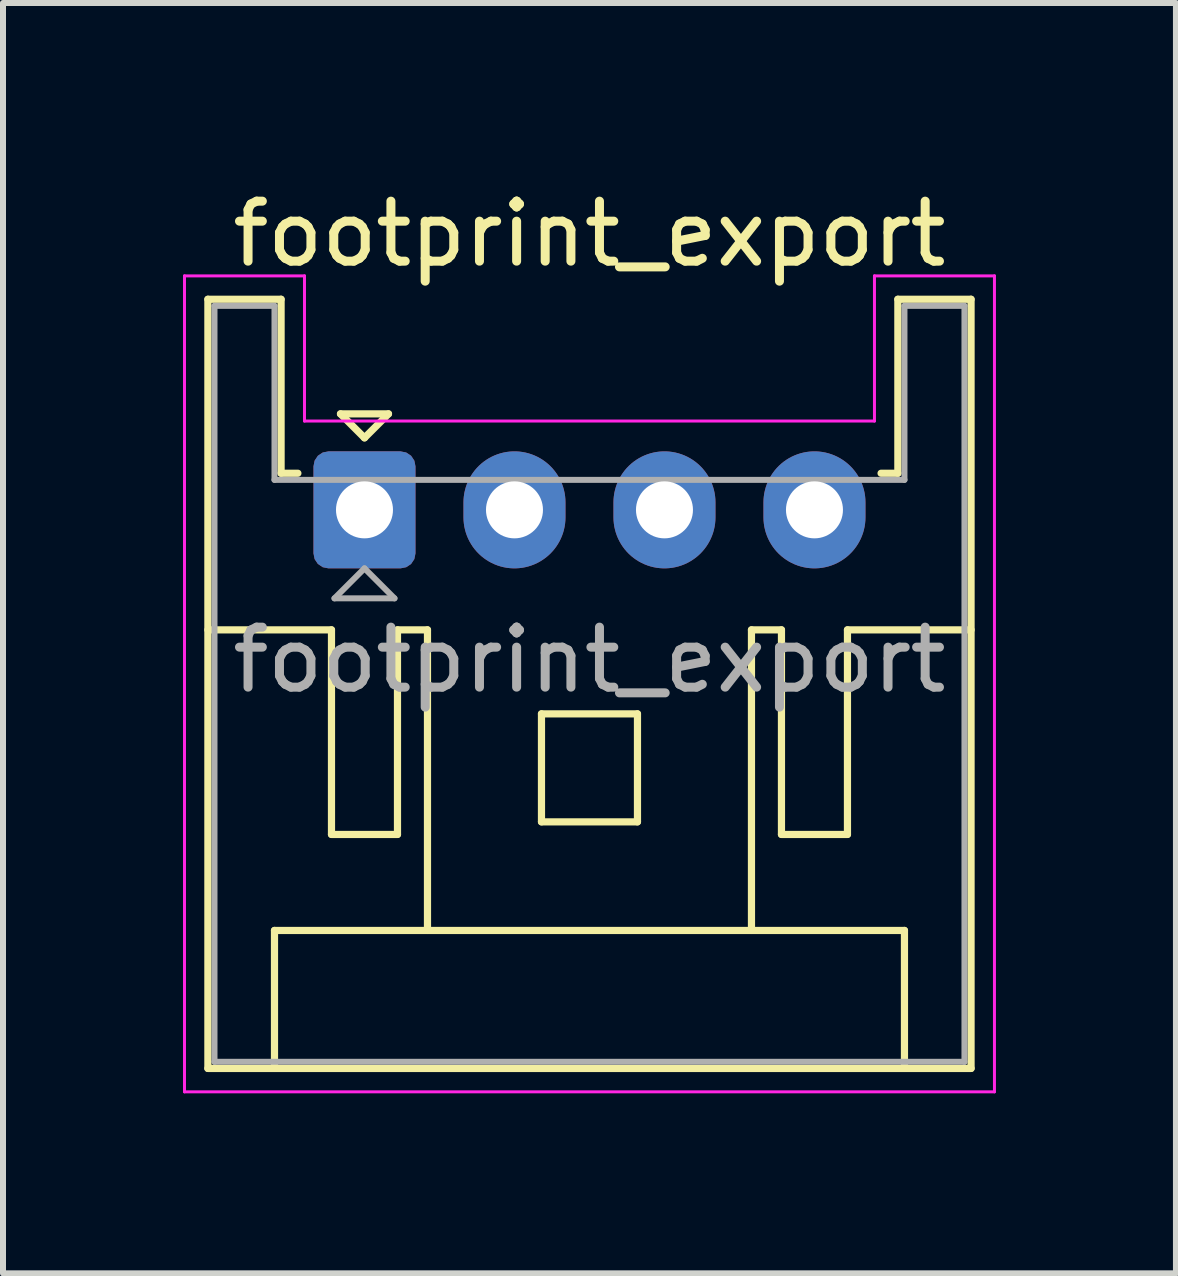
<source format=kicad_pcb>
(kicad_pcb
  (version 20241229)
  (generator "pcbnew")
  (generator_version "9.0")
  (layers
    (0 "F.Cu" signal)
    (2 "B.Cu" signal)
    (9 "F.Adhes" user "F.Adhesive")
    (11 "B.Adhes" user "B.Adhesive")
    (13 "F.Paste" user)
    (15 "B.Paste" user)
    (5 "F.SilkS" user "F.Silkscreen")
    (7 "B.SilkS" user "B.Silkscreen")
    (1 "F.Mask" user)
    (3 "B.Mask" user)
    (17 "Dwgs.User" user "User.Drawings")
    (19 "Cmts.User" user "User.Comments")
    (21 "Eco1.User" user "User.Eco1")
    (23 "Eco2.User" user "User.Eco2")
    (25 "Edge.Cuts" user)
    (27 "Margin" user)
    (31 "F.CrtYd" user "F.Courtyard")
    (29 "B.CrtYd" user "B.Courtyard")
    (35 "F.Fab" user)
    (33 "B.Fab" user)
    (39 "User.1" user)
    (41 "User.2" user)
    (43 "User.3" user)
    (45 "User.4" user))
  (footprint "footprint_export"
    (layer "F.Cu")
    (at 3.025 5.448)
    (property "Reference" "footprint_export" (at 3.75 -4.6 0) (layer "F.SilkS") (effects (font (size 1 1) (thickness 0.15))))
    (attr through_hole)
    (fp_line (start -2.61 -3.51) (end -2.61 9.31) (stroke (width 0.12) (type solid)) (layer "F.SilkS"))
    (fp_line (start -2.61 9.31) (end 10.11 9.31) (stroke (width 0.12) (type solid)) (layer "F.SilkS"))
    (fp_line (start -1.5 7.01) (end 9 7.01) (stroke (width 0.12) (type solid)) (layer "F.SilkS"))
    (fp_line (start -1.5 9.31) (end -1.5 7.01) (stroke (width 0.12) (type solid)) (layer "F.SilkS"))
    (fp_line (start -1.39 -3.51) (end -2.61 -3.51) (stroke (width 0.12) (type solid)) (layer "F.SilkS"))
    (fp_line (start -1.39 -0.61) (end -1.39 -3.51) (stroke (width 0.12) (type solid)) (layer "F.SilkS"))
    (fp_line (start -1.11 -0.61) (end -1.39 -0.61) (stroke (width 0.12) (type solid)) (layer "F.SilkS"))
    (fp_line (start -0.55 2) (end -2.61 2) (stroke (width 0.12) (type solid)) (layer "F.SilkS"))
    (fp_line (start -0.55 5.41) (end -0.55 2) (stroke (width 0.12) (type solid)) (layer "F.SilkS"))
    (fp_line (start -0.4 -1.6) (end 0.4 -1.6) (stroke (width 0.12) (type solid)) (layer "F.SilkS"))
    (fp_line (start 0 -1.2) (end -0.4 -1.6) (stroke (width 0.12) (type solid)) (layer "F.SilkS"))
    (fp_line (start 0.4 -1.6) (end 0 -1.2) (stroke (width 0.12) (type solid)) (layer "F.SilkS"))
    (fp_line (start 0.55 2) (end 0.55 5.41) (stroke (width 0.12) (type solid)) (layer "F.SilkS"))
    (fp_line (start 0.55 5.41) (end -0.55 5.41) (stroke (width 0.12) (type solid)) (layer "F.SilkS"))
    (fp_line (start 1.05 2) (end 0.55 2) (stroke (width 0.12) (type solid)) (layer "F.SilkS"))
    (fp_line (start 1.05 7.01) (end 1.05 2) (stroke (width 0.12) (type solid)) (layer "F.SilkS"))
    (fp_line (start 2.95 3.4) (end 4.55 3.4) (stroke (width 0.12) (type solid)) (layer "F.SilkS"))
    (fp_line (start 2.95 5.2) (end 2.95 3.4) (stroke (width 0.12) (type solid)) (layer "F.SilkS"))
    (fp_line (start 4.55 3.4) (end 4.55 5.2) (stroke (width 0.12) (type solid)) (layer "F.SilkS"))
    (fp_line (start 4.55 5.2) (end 2.95 5.2) (stroke (width 0.12) (type solid)) (layer "F.SilkS"))
    (fp_line (start 6.45 2) (end 6.95 2) (stroke (width 0.12) (type solid)) (layer "F.SilkS"))
    (fp_line (start 6.45 7.01) (end 6.45 2) (stroke (width 0.12) (type solid)) (layer "F.SilkS"))
    (fp_line (start 6.95 2) (end 6.95 5.41) (stroke (width 0.12) (type solid)) (layer "F.SilkS"))
    (fp_line (start 6.95 5.41) (end 8.05 5.41) (stroke (width 0.12) (type solid)) (layer "F.SilkS"))
    (fp_line (start 8.05 2) (end 10.11 2) (stroke (width 0.12) (type solid)) (layer "F.SilkS"))
    (fp_line (start 8.05 5.41) (end 8.05 2) (stroke (width 0.12) (type solid)) (layer "F.SilkS"))
    (fp_line (start 8.89 -3.51) (end 8.89 -0.61) (stroke (width 0.12) (type solid)) (layer "F.SilkS"))
    (fp_line (start 8.89 -0.61) (end 8.61 -0.61) (stroke (width 0.12) (type solid)) (layer "F.SilkS"))
    (fp_line (start 9 7.01) (end 9 9.31) (stroke (width 0.12) (type solid)) (layer "F.SilkS"))
    (fp_line (start 10.11 -3.51) (end 8.89 -3.51) (stroke (width 0.12) (type solid)) (layer "F.SilkS"))
    (fp_line (start 10.11 9.31) (end 10.11 -3.51) (stroke (width 0.12) (type solid)) (layer "F.SilkS"))
    (fp_line (start -3 -3.9) (end -3 9.7) (stroke (width 0.05) (type solid)) (layer "F.CrtYd"))
    (fp_line (start -3 9.7) (end 10.5 9.7) (stroke (width 0.05) (type solid)) (layer "F.CrtYd"))
    (fp_line (start -1 -3.9) (end -3 -3.9) (stroke (width 0.05) (type solid)) (layer "F.CrtYd"))
    (fp_line (start -1 -1.48) (end -1 -3.9) (stroke (width 0.05) (type solid)) (layer "F.CrtYd"))
    (fp_line (start 8.5 -3.9) (end 8.5 -1.48) (stroke (width 0.05) (type solid)) (layer "F.CrtYd"))
    (fp_line (start 8.5 -1.48) (end -1 -1.48) (stroke (width 0.05) (type solid)) (layer "F.CrtYd"))
    (fp_line (start 10.5 -3.9) (end 8.5 -3.9) (stroke (width 0.05) (type solid)) (layer "F.CrtYd"))
    (fp_line (start 10.5 9.7) (end 10.5 -3.9) (stroke (width 0.05) (type solid)) (layer "F.CrtYd"))
    (fp_line (start -2.5 -3.4) (end -2.5 9.2) (stroke (width 0.1) (type solid)) (layer "F.Fab"))
    (fp_line (start -2.5 9.2) (end 10 9.2) (stroke (width 0.1) (type solid)) (layer "F.Fab"))
    (fp_line (start -1.5 -3.4) (end -2.5 -3.4) (stroke (width 0.1) (type solid)) (layer "F.Fab"))
    (fp_line (start -1.5 -0.5) (end -1.5 -3.4) (stroke (width 0.1) (type solid)) (layer "F.Fab"))
    (fp_line (start -0.5 1.475) (end 0.5 1.475) (stroke (width 0.1) (type solid)) (layer "F.Fab"))
    (fp_line (start 0 0.975) (end -0.5 1.475) (stroke (width 0.1) (type solid)) (layer "F.Fab"))
    (fp_line (start 0.5 1.475) (end 0 0.975) (stroke (width 0.1) (type solid)) (layer "F.Fab"))
    (fp_line (start 9 -3.4) (end 9 -0.5) (stroke (width 0.1) (type solid)) (layer "F.Fab"))
    (fp_line (start 9 -0.5) (end -1.5 -0.5) (stroke (width 0.1) (type solid)) (layer "F.Fab"))
    (fp_line (start 10 -3.4) (end 9 -3.4) (stroke (width 0.1) (type solid)) (layer "F.Fab"))
    (fp_line (start 10 9.2) (end 10 -3.4) (stroke (width 0.1) (type solid)) (layer "F.Fab"))
    (fp_text user "${REFERENCE}" (at 3.75 2.5 0) (layer "F.Fab") (effects (font (size 1 1) (thickness 0.15))))
    (pad "1" thru_hole roundrect (at 0 0) (size 1.7 1.95) (drill 0.95) (layers "*.Cu" "*.Mask") (roundrect_rratio 0.147))
    (pad "2" thru_hole oval (at 2.5 0) (size 1.7 1.95) (drill 0.95) (layers "*.Cu" "*.Mask"))
    (pad "3" thru_hole oval (at 5 0) (size 1.7 1.95) (drill 0.95) (layers "*.Cu" "*.Mask"))
    (pad "4" thru_hole oval (at 7.5 0) (size 1.7 1.95) (drill 0.95) (layers "*.Cu" "*.Mask")))
  (gr_rect
    (start -3 -3)
    (end 16.55 18.173)
    (stroke (width 0.1) (type default))
    (fill no)
    (layer "Edge.Cuts")))
</source>
